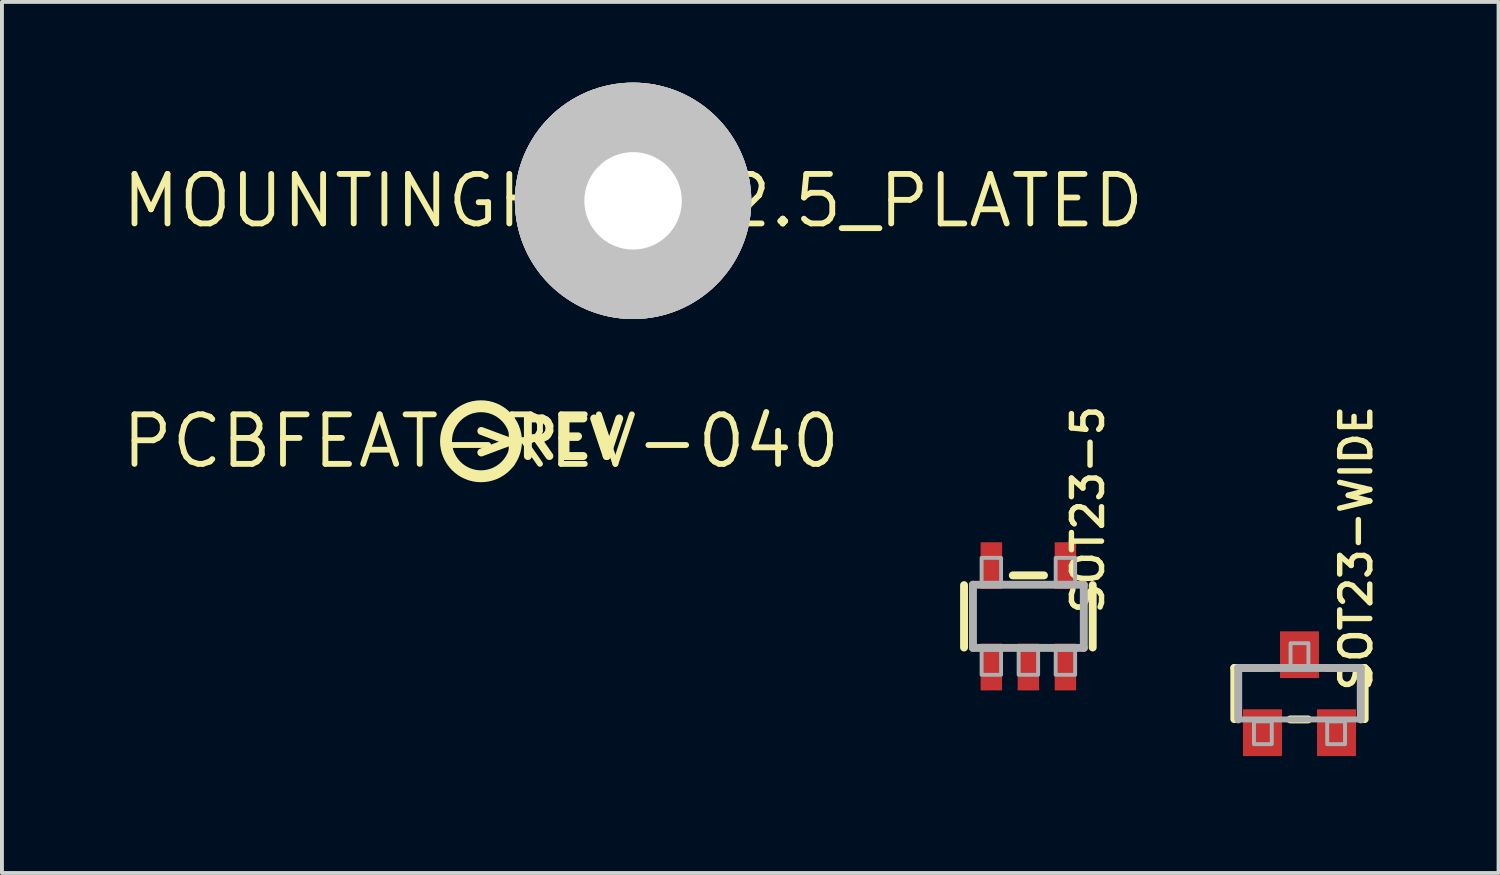
<source format=kicad_pcb>
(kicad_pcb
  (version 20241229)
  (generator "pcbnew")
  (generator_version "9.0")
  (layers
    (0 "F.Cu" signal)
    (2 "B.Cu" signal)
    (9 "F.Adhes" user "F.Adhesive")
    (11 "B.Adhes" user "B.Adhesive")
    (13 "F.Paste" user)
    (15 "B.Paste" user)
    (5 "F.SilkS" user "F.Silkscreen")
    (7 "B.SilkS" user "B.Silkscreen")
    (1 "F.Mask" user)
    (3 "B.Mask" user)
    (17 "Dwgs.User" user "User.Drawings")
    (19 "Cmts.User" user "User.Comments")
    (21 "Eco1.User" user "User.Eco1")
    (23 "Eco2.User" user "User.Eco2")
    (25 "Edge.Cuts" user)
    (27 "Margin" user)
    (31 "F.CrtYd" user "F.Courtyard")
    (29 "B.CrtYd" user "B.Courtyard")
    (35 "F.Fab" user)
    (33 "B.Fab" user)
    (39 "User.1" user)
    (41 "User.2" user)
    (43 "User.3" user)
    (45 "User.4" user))
  (footprint "MOUNTINGHOLE_2.5_PLATED"
    (layer "F.Cu")
    (at 13.191 2.102)
    (property "Reference" "MOUNTINGHOLE_2.5_PLATED" (at 0 0 0) (layer "F.SilkS") (effects (font (size 1.27 1.27) (thickness 0.15))))
    (attr through_hole)
    (fp_circle (center 0 0) (end 2 0) (stroke (width 0.203) (type solid)) (fill no) (layer "F.SilkS"))
    (fp_circle (center 0 0) (end 1 0) (stroke (width 2.032) (type solid)) (fill no) (layer "Dwgs.User"))
    (fp_circle (center 0 0) (end 1 0) (stroke (width 2.032) (type solid)) (fill no) (layer "Dwgs.User"))
    (fp_circle (center 0 0) (end 1 0) (stroke (width 2.032) (type solid)) (fill no) (layer "Dwgs.User"))
    (fp_circle (center 0 0) (end 1 0) (stroke (width 2.032) (type solid)) (fill no) (layer "Dwgs.User"))
    (pad "P$1" thru_hole circle (at 0 0) (size 3.2 3.2) (drill 2.5) (layers "*.Cu" "*.Mask")))
  (footprint "SOT23-5"
    (layer "F.Cu")
    (at 23.332 12.761)
    (property "Reference" "SOT23-5" (at 1.978 0 90) (layer "F.SilkS") (effects (font (size 0.772 0.772) (thickness 0.139)) (justify left bottom)))
    (attr through_hole)
    (fp_line (start -1.65 -0.8) (end -1.65 0.8) (stroke (width 0.203) (type solid)) (layer "F.SilkS"))
    (fp_line (start -0.4 -1.05) (end 0.4 -1.05) (stroke (width 0.203) (type solid)) (layer "F.SilkS"))
    (fp_line (start 1.65 -0.8) (end 1.65 0.8) (stroke (width 0.203) (type solid)) (layer "F.SilkS"))
    (fp_line (start -1.422 -0.81) (end 1.422 -0.81) (stroke (width 0.203) (type solid)) (layer "F.Fab"))
    (fp_line (start -1.422 0.81) (end -1.422 -0.81) (stroke (width 0.203) (type solid)) (layer "F.Fab"))
    (fp_line (start 1.422 -0.81) (end 1.422 0.81) (stroke (width 0.203) (type solid)) (layer "F.Fab"))
    (fp_line (start 1.422 0.81) (end -1.422 0.81) (stroke (width 0.203) (type solid)) (layer "F.Fab"))
    (fp_poly (pts (xy -1.2 -0.85) (xy -0.7 -0.85) (xy -0.7 -1.5) (xy -1.2 -1.5)) (stroke (width 0.1) (type solid)) (fill no) (layer "F.Fab"))
    (fp_poly (pts (xy -1.2 1.5) (xy -0.7 1.5) (xy -0.7 0.85) (xy -1.2 0.85)) (stroke (width 0.1) (type solid)) (fill no) (layer "F.Fab"))
    (fp_poly (pts (xy -0.25 1.5) (xy 0.25 1.5) (xy 0.25 0.85) (xy -0.25 0.85)) (stroke (width 0.1) (type solid)) (fill no) (layer "F.Fab"))
    (fp_poly (pts (xy 0.7 -0.85) (xy 1.2 -0.85) (xy 1.2 -1.5) (xy 0.7 -1.5)) (stroke (width 0.1) (type solid)) (fill no) (layer "F.Fab"))
    (fp_poly (pts (xy 0.7 1.5) (xy 1.2 1.5) (xy 1.2 0.85) (xy 0.7 0.85)) (stroke (width 0.1) (type solid)) (fill no) (layer "F.Fab"))
    (pad "1" smd rect (at -0.95 1.3) (size 0.55 1.2) (layers "F.Cu" "F.Mask" "F.Paste"))
    (pad "2" smd rect (at 0 1.3) (size 0.55 1.2) (layers "F.Cu" "F.Mask" "F.Paste"))
    (pad "3" smd rect (at 0.95 1.3) (size 0.55 1.2) (layers "F.Cu" "F.Mask" "F.Paste"))
    (pad "4" smd rect (at 0.95 -1.3) (size 0.55 1.2) (layers "F.Cu" "F.Mask" "F.Paste"))
    (pad "5" smd rect (at -0.95 -1.3) (size 0.55 1.2) (layers "F.Cu" "F.Mask" "F.Paste")))
  (footprint "PCBFEAT-REV-040"
    (layer "F.Cu")
    (at 9.29 8.27)
    (property "Reference" "PCBFEAT-REV-040" (at 0 0 0) (layer "F.SilkS") (effects (font (size 1.27 1.27) (thickness 0.15))))
    (attr through_hole)
    (fp_circle (center 0 0) (end 0.898 0) (stroke (width 0.305) (type solid)) (fill no) (layer "F.SilkS"))
    (fp_text user ">REV" (at -0.356 0.508 0) (layer "F.SilkS") (effects (font (size 0.965 0.965) (thickness 0.203)) (justify left bottom))))
  (footprint "SOT23-WIDE"
    (layer "F.Cu")
    (at 30.287 14.746)
    (property "Reference" "SOT23-WIDE" (at 1.905 0 90) (layer "F.SilkS") (effects (font (size 0.772 0.772) (thickness 0.139)) (justify left bottom)))
    (attr through_hole)
    (fp_line (start -1.672 -0.66) (end -0.714 -0.66) (stroke (width 0.203) (type solid)) (layer "F.SilkS"))
    (fp_line (start -1.672 0.652) (end -1.672 -0.66) (stroke (width 0.203) (type solid)) (layer "F.SilkS"))
    (fp_line (start 0.222 0.66) (end -0.236 0.66) (stroke (width 0.203) (type solid)) (layer "F.SilkS"))
    (fp_line (start 0.714 -0.66) (end 1.672 -0.66) (stroke (width 0.203) (type solid)) (layer "F.SilkS"))
    (fp_line (start 1.672 -0.66) (end 1.672 0.652) (stroke (width 0.203) (type solid)) (layer "F.SilkS"))
    (fp_line (start -1.572 -0.66) (end 1.572 -0.66) (stroke (width 0.203) (type solid)) (layer "F.Fab"))
    (fp_line (start -1.572 0.66) (end -1.572 -0.66) (stroke (width 0.203) (type solid)) (layer "F.Fab"))
    (fp_line (start 1.572 -0.66) (end 1.572 0.66) (stroke (width 0.203) (type solid)) (layer "F.Fab"))
    (fp_line (start 1.572 0.66) (end -1.572 0.66) (stroke (width 0.152) (type solid)) (layer "F.Fab"))
    (fp_poly (pts (xy -1.168 1.295) (xy -0.711 1.295) (xy -0.711 0.711) (xy -1.168 0.711)) (stroke (width 0.1) (type solid)) (fill no) (layer "F.Fab"))
    (fp_poly (pts (xy -0.229 -0.711) (xy 0.229 -0.711) (xy 0.229 -1.295) (xy -0.229 -1.295)) (stroke (width 0.1) (type solid)) (fill no) (layer "F.Fab"))
    (fp_poly (pts (xy 0.711 1.295) (xy 1.168 1.295) (xy 1.168 0.711) (xy 0.711 0.711)) (stroke (width 0.1) (type solid)) (fill no) (layer "F.Fab"))
    (pad "1" smd rect (at -0.95 1) (size 1 1.2) (layers "F.Cu" "F.Mask" "F.Paste"))
    (pad "2" smd rect (at 0.95 1) (size 1 1.2) (layers "F.Cu" "F.Mask" "F.Paste"))
    (pad "3" smd rect (at 0 -1) (size 1 1.2) (layers "F.Cu" "F.Mask" "F.Paste")))
  (gr_rect
    (start -3 -3)
    (end 35.394 19.346)
    (stroke (width 0.1) (type default))
    (fill no)
    (layer "Edge.Cuts")))
</source>
